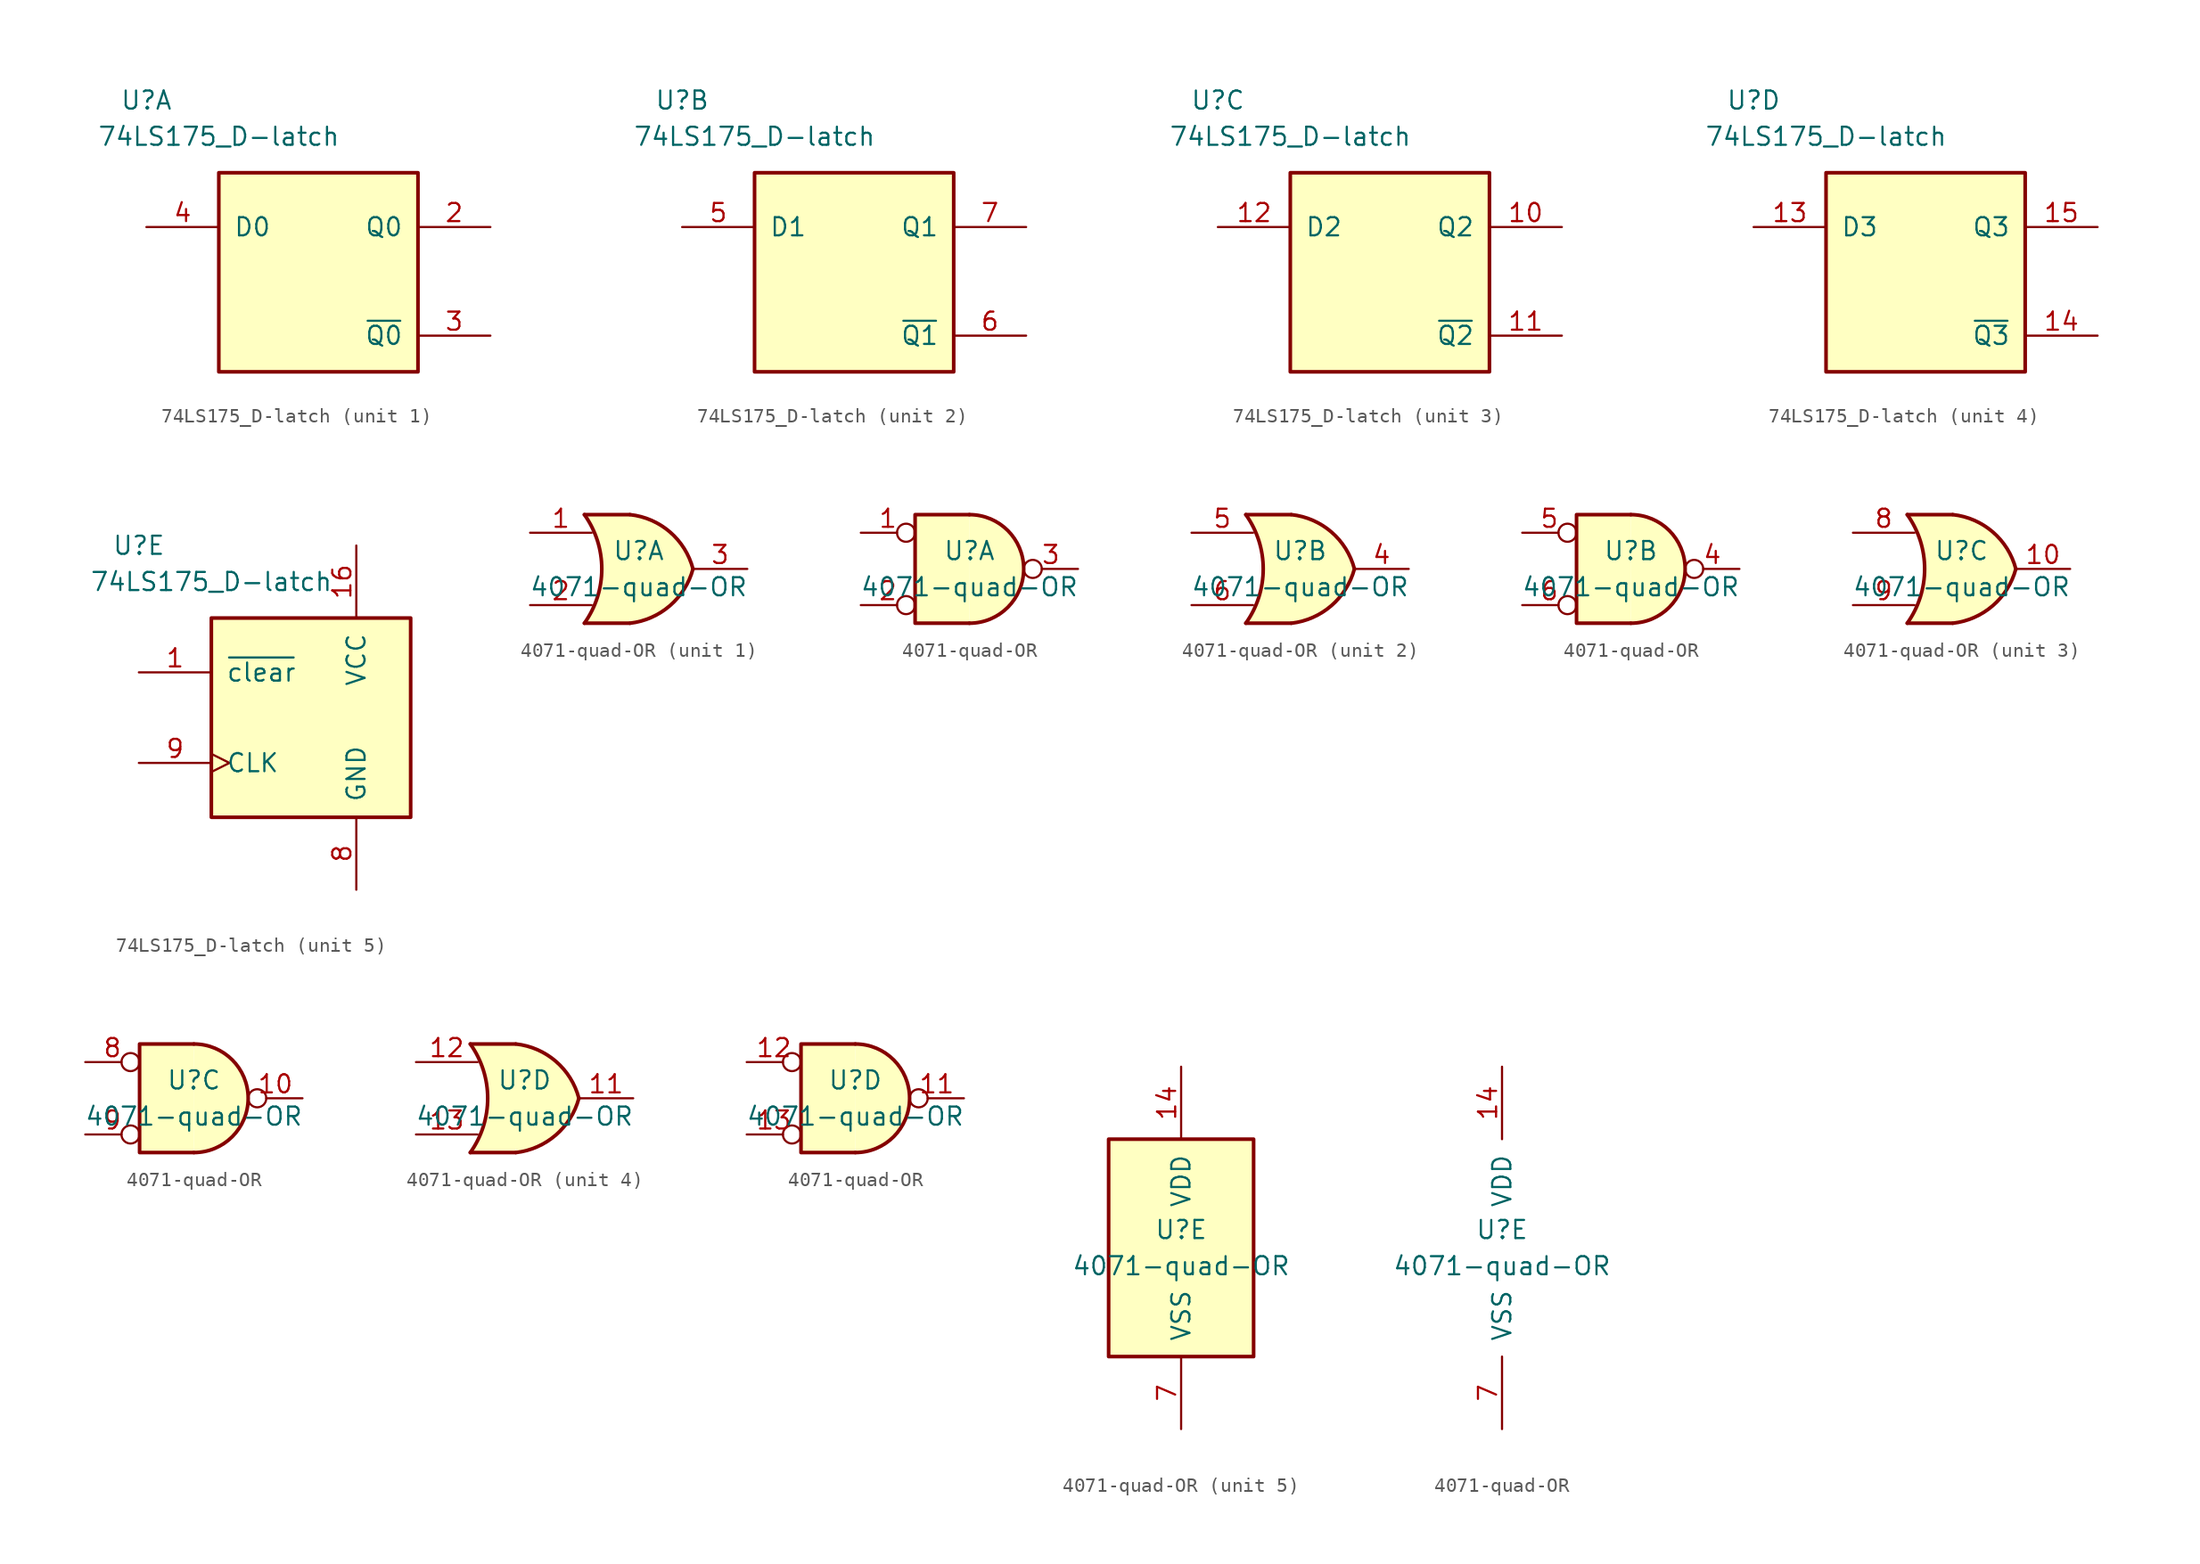
<source format=kicad_sym>
(kicad_symbol_lib
  (version 20220914)
  (generator kicad_symbol_editor)
  (symbol "74LS175_D-latch"
    (pin_names
      (offset 1.016))
    (property "Reference" "U"
      (at -12.7 11.43 0)
      (effects (font (size 1.27 1.27))))
    (property "Value" "74LS175_D-latch"
      (at -7.62 8.89 0)
      (effects (font (size 1.27 1.27))))
    (property "ki_locked" ""
      (at 0 0 0)
      (effects (font (size 1.27 1.27))))
    (symbol "74LS175_D-latch_1_0"
      (pin output line (at 11.43 2.54 180) (length 5.08) (name "Q0" (effects (font (size 1.27 1.27)))) (number "2" (effects (font (size 1.27 1.27)))))
      (pin output line (at 11.43 -5.08 180) (length 5.08) (name "~{Q0}" (effects (font (size 1.27 1.27)))) (number "3" (effects (font (size 1.27 1.27)))))
      (pin input line (at -12.7 2.54 0) (length 5.08) (name "D0" (effects (font (size 1.27 1.27)))) (number "4" (effects (font (size 1.27 1.27))))))
    (symbol "74LS175_D-latch_1_1"
      (rectangle (start -7.62 6.35) (end 6.35 -7.62) (stroke (width 0.254) (type default)) (fill (type background))))
    (symbol "74LS175_D-latch_2_0"
      (pin input line (at -12.7 2.54 0) (length 5.08) (name "D1" (effects (font (size 1.27 1.27)))) (number "5" (effects (font (size 1.27 1.27)))))
      (pin output line (at 11.43 -5.08 180) (length 5.08) (name "~{Q1}" (effects (font (size 1.27 1.27)))) (number "6" (effects (font (size 1.27 1.27)))))
      (pin output line (at 11.43 2.54 180) (length 5.08) (name "Q1" (effects (font (size 1.27 1.27)))) (number "7" (effects (font (size 1.27 1.27))))))
    (symbol "74LS175_D-latch_2_1"
      (rectangle (start -7.62 6.35) (end 6.35 -7.62) (stroke (width 0.254) (type default)) (fill (type background))))
    (symbol "74LS175_D-latch_3_0"
      (pin output line (at 11.43 2.54 180) (length 5.08) (name "Q2" (effects (font (size 1.27 1.27)))) (number "10" (effects (font (size 1.27 1.27)))))
      (pin output line (at 11.43 -5.08 180) (length 5.08) (name "~{Q2}" (effects (font (size 1.27 1.27)))) (number "11" (effects (font (size 1.27 1.27)))))
      (pin input line (at -12.7 2.54 0) (length 5.08) (name "D2" (effects (font (size 1.27 1.27)))) (number "12" (effects (font (size 1.27 1.27))))))
    (symbol "74LS175_D-latch_3_1"
      (rectangle (start -7.62 6.35) (end 6.35 -7.62) (stroke (width 0.254) (type default)) (fill (type background))))
    (symbol "74LS175_D-latch_4_0"
      (pin input line (at -12.7 2.54 0) (length 5.08) (name "D3" (effects (font (size 1.27 1.27)))) (number "13" (effects (font (size 1.27 1.27)))))
      (pin output line (at 11.43 -5.08 180) (length 5.08) (name "~{Q3}" (effects (font (size 1.27 1.27)))) (number "14" (effects (font (size 1.27 1.27)))))
      (pin output line (at 11.43 2.54 180) (length 5.08) (name "Q3" (effects (font (size 1.27 1.27)))) (number "15" (effects (font (size 1.27 1.27))))))
    (symbol "74LS175_D-latch_4_1"
      (rectangle (start -7.62 6.35) (end 6.35 -7.62) (stroke (width 0.254) (type default)) (fill (type background))))
    (symbol "74LS175_D-latch_5_0"
      (pin input line (at -12.7 2.54 0) (length 5.08) (name "~{clear}" (effects (font (size 1.27 1.27)))) (number "1" (effects (font (size 1.27 1.27)))))
      (pin power_in line (at 2.54 11.43 270) (length 5.08) (name "VCC" (effects (font (size 1.27 1.27)))) (number "16" (effects (font (size 1.27 1.27)))))
      (pin power_in line (at 2.54 -12.7 90) (length 5.08) (name "GND" (effects (font (size 1.27 1.27)))) (number "8" (effects (font (size 1.27 1.27)))))
      (pin input clock (at -12.7 -3.81 0) (length 5.08) (name "CLK" (effects (font (size 1.27 1.27)))) (number "9" (effects (font (size 1.27 1.27))))))
    (symbol "74LS175_D-latch_5_1"
      (rectangle (start -7.62 6.35) (end 6.35 -7.62) (stroke (width 0.254) (type default)) (fill (type background)))))
  (symbol "4071-quad-OR"
    (pin_names
      (offset 1.016))
    (property "Reference" "U"
      (at 0 1.27 0)
      (effects (font (size 1.27 1.27))))
    (property "Value" "4071-quad-OR"
      (at 0 -1.27 0)
      (effects (font (size 1.27 1.27))))
    (property "ki_locked" ""
      (at 0 0 0)
      (effects (font (size 1.27 1.27))))
    (symbol "4071-quad-OR_1_1"
      (arc (start -3.81 -3.81) (mid -2.589 0) (end -3.81 3.81) (stroke (width 0.254) (type default)) (fill (type none)))
      (arc (start -0.6096 -3.81) (mid 2.1842 -2.5851) (end 3.81 0) (stroke (width 0.254) (type default)) (fill (type background)))
      (polyline (pts (xy -3.81 -3.81) (xy -0.635 -3.81)) (stroke (width 0.254) (type default)) (fill (type background)))
      (polyline (pts (xy -3.81 3.81) (xy -0.635 3.81)) (stroke (width 0.254) (type default)) (fill (type background)))
      (polyline (pts (xy -0.635 3.81) (xy -3.81 3.81) (xy -3.81 3.81) (xy -3.556 3.404) (xy -3.023 2.261) (xy -2.692 1.041) (xy -2.616 -0.254) (xy -2.769 -1.499) (xy -3.175 -2.718) (xy -3.81 -3.81) (xy -3.81 -3.81) (xy -0.635 -3.81)) (stroke (width -25.4) (type default)) (fill (type background)))
      (arc (start 3.81 0) (mid 2.1915 2.5936) (end -0.6096 3.81) (stroke (width 0.254) (type default)) (fill (type background)))
      (pin input line (at -7.62 2.54 0) (length 4.318) (name "~" (effects (font (size 1.27 1.27)))) (number "1" (effects (font (size 1.27 1.27)))))
      (pin input line (at -7.62 -2.54 0) (length 4.318) (name "~" (effects (font (size 1.27 1.27)))) (number "2" (effects (font (size 1.27 1.27)))))
      (pin output line (at 7.62 0 180) (length 3.81) (name "~" (effects (font (size 1.27 1.27)))) (number "3" (effects (font (size 1.27 1.27))))))
    (symbol "4071-quad-OR_1_2"
      (arc (start 0 -3.81) (mid 3.7934 0) (end 0 3.81) (stroke (width 0.254) (type default)) (fill (type background)))
      (polyline (pts (xy 0 3.81) (xy -3.81 3.81) (xy -3.81 -3.81) (xy 0 -3.81)) (stroke (width 0.254) (type default)) (fill (type background)))
      (pin input inverted (at -7.62 2.54 0) (length 3.81) (name "~" (effects (font (size 1.27 1.27)))) (number "1" (effects (font (size 1.27 1.27)))))
      (pin input inverted (at -7.62 -2.54 0) (length 3.81) (name "~" (effects (font (size 1.27 1.27)))) (number "2" (effects (font (size 1.27 1.27)))))
      (pin output inverted (at 7.62 0 180) (length 3.81) (name "~" (effects (font (size 1.27 1.27)))) (number "3" (effects (font (size 1.27 1.27))))))
    (symbol "4071-quad-OR_2_1"
      (arc (start -3.81 -3.81) (mid -2.589 0) (end -3.81 3.81) (stroke (width 0.254) (type default)) (fill (type none)))
      (arc (start -0.6096 -3.81) (mid 2.1842 -2.5851) (end 3.81 0) (stroke (width 0.254) (type default)) (fill (type background)))
      (polyline (pts (xy -3.81 -3.81) (xy -0.635 -3.81)) (stroke (width 0.254) (type default)) (fill (type background)))
      (polyline (pts (xy -3.81 3.81) (xy -0.635 3.81)) (stroke (width 0.254) (type default)) (fill (type background)))
      (polyline (pts (xy -0.635 3.81) (xy -3.81 3.81) (xy -3.81 3.81) (xy -3.556 3.404) (xy -3.023 2.261) (xy -2.692 1.041) (xy -2.616 -0.254) (xy -2.769 -1.499) (xy -3.175 -2.718) (xy -3.81 -3.81) (xy -3.81 -3.81) (xy -0.635 -3.81)) (stroke (width -25.4) (type default)) (fill (type background)))
      (arc (start 3.81 0) (mid 2.1915 2.5936) (end -0.6096 3.81) (stroke (width 0.254) (type default)) (fill (type background)))
      (pin output line (at 7.62 0 180) (length 3.81) (name "~" (effects (font (size 1.27 1.27)))) (number "4" (effects (font (size 1.27 1.27)))))
      (pin input line (at -7.62 2.54 0) (length 4.318) (name "~" (effects (font (size 1.27 1.27)))) (number "5" (effects (font (size 1.27 1.27)))))
      (pin input line (at -7.62 -2.54 0) (length 4.318) (name "~" (effects (font (size 1.27 1.27)))) (number "6" (effects (font (size 1.27 1.27))))))
    (symbol "4071-quad-OR_2_2"
      (arc (start 0 -3.81) (mid 3.7934 0) (end 0 3.81) (stroke (width 0.254) (type default)) (fill (type background)))
      (polyline (pts (xy 0 3.81) (xy -3.81 3.81) (xy -3.81 -3.81) (xy 0 -3.81)) (stroke (width 0.254) (type default)) (fill (type background)))
      (pin output inverted (at 7.62 0 180) (length 3.81) (name "~" (effects (font (size 1.27 1.27)))) (number "4" (effects (font (size 1.27 1.27)))))
      (pin input inverted (at -7.62 2.54 0) (length 3.81) (name "~" (effects (font (size 1.27 1.27)))) (number "5" (effects (font (size 1.27 1.27)))))
      (pin input inverted (at -7.62 -2.54 0) (length 3.81) (name "~" (effects (font (size 1.27 1.27)))) (number "6" (effects (font (size 1.27 1.27))))))
    (symbol "4071-quad-OR_3_1"
      (arc (start -3.81 -3.81) (mid -2.589 0) (end -3.81 3.81) (stroke (width 0.254) (type default)) (fill (type none)))
      (arc (start -0.6096 -3.81) (mid 2.1842 -2.5851) (end 3.81 0) (stroke (width 0.254) (type default)) (fill (type background)))
      (polyline (pts (xy -3.81 -3.81) (xy -0.635 -3.81)) (stroke (width 0.254) (type default)) (fill (type background)))
      (polyline (pts (xy -3.81 3.81) (xy -0.635 3.81)) (stroke (width 0.254) (type default)) (fill (type background)))
      (polyline (pts (xy -0.635 3.81) (xy -3.81 3.81) (xy -3.81 3.81) (xy -3.556 3.404) (xy -3.023 2.261) (xy -2.692 1.041) (xy -2.616 -0.254) (xy -2.769 -1.499) (xy -3.175 -2.718) (xy -3.81 -3.81) (xy -3.81 -3.81) (xy -0.635 -3.81)) (stroke (width -25.4) (type default)) (fill (type background)))
      (arc (start 3.81 0) (mid 2.1915 2.5936) (end -0.6096 3.81) (stroke (width 0.254) (type default)) (fill (type background)))
      (pin output line (at 7.62 0 180) (length 3.81) (name "~" (effects (font (size 1.27 1.27)))) (number "10" (effects (font (size 1.27 1.27)))))
      (pin input line (at -7.62 2.54 0) (length 4.318) (name "~" (effects (font (size 1.27 1.27)))) (number "8" (effects (font (size 1.27 1.27)))))
      (pin input line (at -7.62 -2.54 0) (length 4.318) (name "~" (effects (font (size 1.27 1.27)))) (number "9" (effects (font (size 1.27 1.27))))))
    (symbol "4071-quad-OR_3_2"
      (arc (start 0 -3.81) (mid 3.7934 0) (end 0 3.81) (stroke (width 0.254) (type default)) (fill (type background)))
      (polyline (pts (xy 0 3.81) (xy -3.81 3.81) (xy -3.81 -3.81) (xy 0 -3.81)) (stroke (width 0.254) (type default)) (fill (type background)))
      (pin output inverted (at 7.62 0 180) (length 3.81) (name "~" (effects (font (size 1.27 1.27)))) (number "10" (effects (font (size 1.27 1.27)))))
      (pin input inverted (at -7.62 2.54 0) (length 3.81) (name "~" (effects (font (size 1.27 1.27)))) (number "8" (effects (font (size 1.27 1.27)))))
      (pin input inverted (at -7.62 -2.54 0) (length 3.81) (name "~" (effects (font (size 1.27 1.27)))) (number "9" (effects (font (size 1.27 1.27))))))
    (symbol "4071-quad-OR_4_1"
      (arc (start -3.81 -3.81) (mid -2.589 0) (end -3.81 3.81) (stroke (width 0.254) (type default)) (fill (type none)))
      (arc (start -0.6096 -3.81) (mid 2.1842 -2.5851) (end 3.81 0) (stroke (width 0.254) (type default)) (fill (type background)))
      (polyline (pts (xy -3.81 -3.81) (xy -0.635 -3.81)) (stroke (width 0.254) (type default)) (fill (type background)))
      (polyline (pts (xy -3.81 3.81) (xy -0.635 3.81)) (stroke (width 0.254) (type default)) (fill (type background)))
      (polyline (pts (xy -0.635 3.81) (xy -3.81 3.81) (xy -3.81 3.81) (xy -3.556 3.404) (xy -3.023 2.261) (xy -2.692 1.041) (xy -2.616 -0.254) (xy -2.769 -1.499) (xy -3.175 -2.718) (xy -3.81 -3.81) (xy -3.81 -3.81) (xy -0.635 -3.81)) (stroke (width -25.4) (type default)) (fill (type background)))
      (arc (start 3.81 0) (mid 2.1915 2.5936) (end -0.6096 3.81) (stroke (width 0.254) (type default)) (fill (type background)))
      (pin output line (at 7.62 0 180) (length 3.81) (name "~" (effects (font (size 1.27 1.27)))) (number "11" (effects (font (size 1.27 1.27)))))
      (pin input line (at -7.62 2.54 0) (length 4.318) (name "~" (effects (font (size 1.27 1.27)))) (number "12" (effects (font (size 1.27 1.27)))))
      (pin input line (at -7.62 -2.54 0) (length 4.318) (name "~" (effects (font (size 1.27 1.27)))) (number "13" (effects (font (size 1.27 1.27))))))
    (symbol "4071-quad-OR_4_2"
      (arc (start 0 -3.81) (mid 3.7934 0) (end 0 3.81) (stroke (width 0.254) (type default)) (fill (type background)))
      (polyline (pts (xy 0 3.81) (xy -3.81 3.81) (xy -3.81 -3.81) (xy 0 -3.81)) (stroke (width 0.254) (type default)) (fill (type background)))
      (pin output inverted (at 7.62 0 180) (length 3.81) (name "~" (effects (font (size 1.27 1.27)))) (number "11" (effects (font (size 1.27 1.27)))))
      (pin input inverted (at -7.62 2.54 0) (length 3.81) (name "~" (effects (font (size 1.27 1.27)))) (number "12" (effects (font (size 1.27 1.27)))))
      (pin input inverted (at -7.62 -2.54 0) (length 3.81) (name "~" (effects (font (size 1.27 1.27)))) (number "13" (effects (font (size 1.27 1.27))))))
    (symbol "4071-quad-OR_5_0"
      (pin power_in line (at 0 12.7 270) (length 5.08) (name "VDD" (effects (font (size 1.27 1.27)))) (number "14" (effects (font (size 1.27 1.27)))))
      (pin power_in line (at 0 -12.7 90) (length 5.08) (name "VSS" (effects (font (size 1.27 1.27)))) (number "7" (effects (font (size 1.27 1.27))))))
    (symbol "4071-quad-OR_5_1"
      (rectangle (start -5.08 7.62) (end 5.08 -7.62) (stroke (width 0.254) (type default)) (fill (type background))))))
</source>
